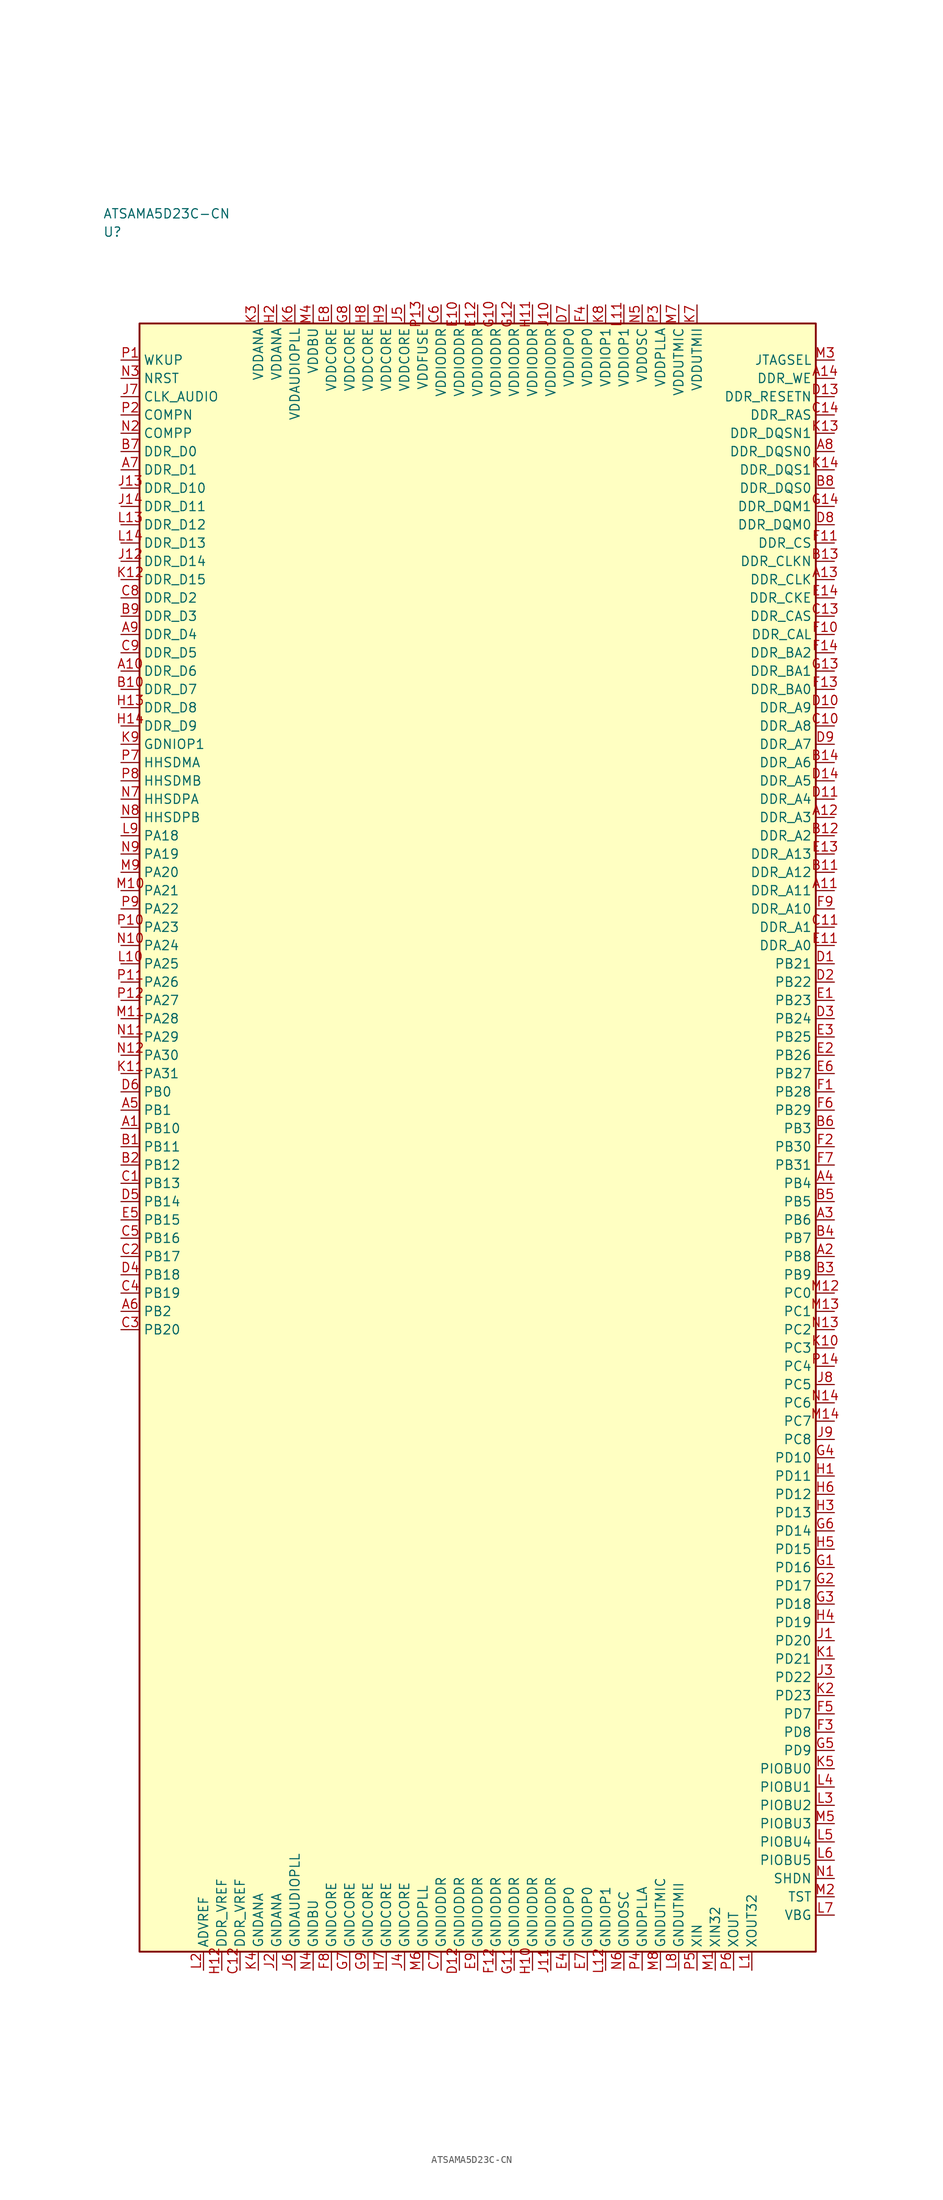
<source format=kicad_sym>
(kicad_symbol_lib
  (version 20241025)
  (generator "kicad_symbol_editor")
  (generator_version "8.0")
  (symbol "ATSAMA5D23C-CN"
    (property "Reference" "U"
      (at -51.25 123.75 0)
      (effects (font (size 1.27 1.27)) (justify left)))
    (property "Value" "ATSAMA5D23C-CN"
      (at -51.25 126.25 0)
      (effects (font (size 1.27 1.27)) (justify left)))
    (symbol "ATSAMA5D23C-CN_0_1"
      (rectangle (start -46.25 111.25) (end 46.25 -111.25) (stroke (width 0.254) (type default)) (fill (type background))))
    (symbol "ATSAMA5D23C-CN_1_1"
      (pin bidirectional line (at -48.79 41.25 0.0) (length 2.54) (name "PA18" (effects (font (size 1.27 1.27)))) (number "L9" (effects (font (size 1.27 1.27)))))
      (pin bidirectional line (at -48.79 38.75 0.0) (length 2.54) (name "PA19" (effects (font (size 1.27 1.27)))) (number "N9" (effects (font (size 1.27 1.27)))))
      (pin bidirectional line (at -48.79 36.25 0.0) (length 2.54) (name "PA20" (effects (font (size 1.27 1.27)))) (number "M9" (effects (font (size 1.27 1.27)))))
      (pin bidirectional line (at -48.79 33.75 0.0) (length 2.54) (name "PA21" (effects (font (size 1.27 1.27)))) (number "M10" (effects (font (size 1.27 1.27)))))
      (pin bidirectional line (at -48.79 31.25 0.0) (length 2.54) (name "PA22" (effects (font (size 1.27 1.27)))) (number "P9" (effects (font (size 1.27 1.27)))))
      (pin bidirectional line (at -48.79 28.75 0.0) (length 2.54) (name "PA23" (effects (font (size 1.27 1.27)))) (number "P10" (effects (font (size 1.27 1.27)))))
      (pin bidirectional line (at -48.79 26.25 0.0) (length 2.54) (name "PA24" (effects (font (size 1.27 1.27)))) (number "N10" (effects (font (size 1.27 1.27)))))
      (pin bidirectional line (at -48.79 23.75 0.0) (length 2.54) (name "PA25" (effects (font (size 1.27 1.27)))) (number "L10" (effects (font (size 1.27 1.27)))))
      (pin bidirectional line (at -48.79 21.25 0.0) (length 2.54) (name "PA26" (effects (font (size 1.27 1.27)))) (number "P11" (effects (font (size 1.27 1.27)))))
      (pin bidirectional line (at -48.79 18.75 0.0) (length 2.54) (name "PA27" (effects (font (size 1.27 1.27)))) (number "P12" (effects (font (size 1.27 1.27)))))
      (pin bidirectional line (at -48.79 16.25 0.0) (length 2.54) (name "PA28" (effects (font (size 1.27 1.27)))) (number "M11" (effects (font (size 1.27 1.27)))))
      (pin bidirectional line (at -48.79 13.75 0.0) (length 2.54) (name "PA29" (effects (font (size 1.27 1.27)))) (number "N11" (effects (font (size 1.27 1.27)))))
      (pin bidirectional line (at -48.79 11.25 0.0) (length 2.54) (name "PA30" (effects (font (size 1.27 1.27)))) (number "N12" (effects (font (size 1.27 1.27)))))
      (pin bidirectional line (at 48.79 -21.25 180.0) (length 2.54) (name "PC0" (effects (font (size 1.27 1.27)))) (number "M12" (effects (font (size 1.27 1.27)))))
      (pin bidirectional line (at -48.79 -23.75 0.0) (length 2.54) (name "PB2" (effects (font (size 1.27 1.27)))) (number "A6" (effects (font (size 1.27 1.27)))))
      (pin bidirectional line (at -48.79 3.75 0.0) (length 2.54) (name "PB1" (effects (font (size 1.27 1.27)))) (number "A5" (effects (font (size 1.27 1.27)))))
      (pin bidirectional line (at 48.79 1.25 180.0) (length 2.54) (name "PB3" (effects (font (size 1.27 1.27)))) (number "B6" (effects (font (size 1.27 1.27)))))
      (pin bidirectional line (at 48.79 -8.75 180.0) (length 2.54) (name "PB5" (effects (font (size 1.27 1.27)))) (number "B5" (effects (font (size 1.27 1.27)))))
      (pin bidirectional line (at 48.79 -6.25 180.0) (length 2.54) (name "PB4" (effects (font (size 1.27 1.27)))) (number "A4" (effects (font (size 1.27 1.27)))))
      (pin bidirectional line (at -48.79 6.25 0.0) (length 2.54) (name "PB0" (effects (font (size 1.27 1.27)))) (number "D6" (effects (font (size 1.27 1.27)))))
      (pin bidirectional line (at 48.79 -11.25 180.0) (length 2.54) (name "PB6" (effects (font (size 1.27 1.27)))) (number "A3" (effects (font (size 1.27 1.27)))))
      (pin bidirectional line (at 48.79 -13.75 180.0) (length 2.54) (name "PB7" (effects (font (size 1.27 1.27)))) (number "B4" (effects (font (size 1.27 1.27)))))
      (pin bidirectional line (at 48.79 -16.25 180.0) (length 2.54) (name "PB8" (effects (font (size 1.27 1.27)))) (number "A2" (effects (font (size 1.27 1.27)))))
      (pin bidirectional line (at 48.79 -18.75 180.0) (length 2.54) (name "PB9" (effects (font (size 1.27 1.27)))) (number "B3" (effects (font (size 1.27 1.27)))))
      (pin bidirectional line (at -48.79 1.25 0.0) (length 2.54) (name "PB10" (effects (font (size 1.27 1.27)))) (number "A1" (effects (font (size 1.27 1.27)))))
      (pin bidirectional line (at -48.79 -1.25 0.0) (length 2.54) (name "PB11" (effects (font (size 1.27 1.27)))) (number "B1" (effects (font (size 1.27 1.27)))))
      (pin bidirectional line (at -48.79 -3.75 0.0) (length 2.54) (name "PB12" (effects (font (size 1.27 1.27)))) (number "B2" (effects (font (size 1.27 1.27)))))
      (pin bidirectional line (at -48.79 -6.25 0.0) (length 2.54) (name "PB13" (effects (font (size 1.27 1.27)))) (number "C1" (effects (font (size 1.27 1.27)))))
      (pin bidirectional line (at -48.79 -8.75 0.0) (length 2.54) (name "PB14" (effects (font (size 1.27 1.27)))) (number "D5" (effects (font (size 1.27 1.27)))))
      (pin bidirectional line (at -48.79 -11.25 0.0) (length 2.54) (name "PB15" (effects (font (size 1.27 1.27)))) (number "E5" (effects (font (size 1.27 1.27)))))
      (pin bidirectional line (at -48.79 -13.75 0.0) (length 2.54) (name "PB16" (effects (font (size 1.27 1.27)))) (number "C5" (effects (font (size 1.27 1.27)))))
      (pin bidirectional line (at -48.79 -16.25 0.0) (length 2.54) (name "PB17" (effects (font (size 1.27 1.27)))) (number "C2" (effects (font (size 1.27 1.27)))))
      (pin bidirectional line (at -48.79 -18.75 0.0) (length 2.54) (name "PB18" (effects (font (size 1.27 1.27)))) (number "D4" (effects (font (size 1.27 1.27)))))
      (pin bidirectional line (at -48.79 -21.25 0.0) (length 2.54) (name "PB19" (effects (font (size 1.27 1.27)))) (number "C4" (effects (font (size 1.27 1.27)))))
      (pin bidirectional line (at -48.79 -26.25 0.0) (length 2.54) (name "PB20" (effects (font (size 1.27 1.27)))) (number "C3" (effects (font (size 1.27 1.27)))))
      (pin bidirectional line (at 48.79 23.75 180.0) (length 2.54) (name "PB21" (effects (font (size 1.27 1.27)))) (number "D1" (effects (font (size 1.27 1.27)))))
      (pin bidirectional line (at 48.79 21.25 180.0) (length 2.54) (name "PB22" (effects (font (size 1.27 1.27)))) (number "D2" (effects (font (size 1.27 1.27)))))
      (pin bidirectional line (at 48.79 18.75 180.0) (length 2.54) (name "PB23" (effects (font (size 1.27 1.27)))) (number "E1" (effects (font (size 1.27 1.27)))))
      (pin bidirectional line (at 48.79 16.25 180.0) (length 2.54) (name "PB24" (effects (font (size 1.27 1.27)))) (number "D3" (effects (font (size 1.27 1.27)))))
      (pin bidirectional line (at 48.79 13.75 180.0) (length 2.54) (name "PB25" (effects (font (size 1.27 1.27)))) (number "E3" (effects (font (size 1.27 1.27)))))
      (pin bidirectional line (at 48.79 11.25 180.0) (length 2.54) (name "PB26" (effects (font (size 1.27 1.27)))) (number "E2" (effects (font (size 1.27 1.27)))))
      (pin bidirectional line (at 48.79 8.75 180.0) (length 2.54) (name "PB27" (effects (font (size 1.27 1.27)))) (number "E6" (effects (font (size 1.27 1.27)))))
      (pin bidirectional line (at 48.79 6.25 180.0) (length 2.54) (name "PB28" (effects (font (size 1.27 1.27)))) (number "F1" (effects (font (size 1.27 1.27)))))
      (pin bidirectional line (at 48.79 3.75 180.0) (length 2.54) (name "PB29" (effects (font (size 1.27 1.27)))) (number "F6" (effects (font (size 1.27 1.27)))))
      (pin bidirectional line (at 48.79 -1.25 180.0) (length 2.54) (name "PB30" (effects (font (size 1.27 1.27)))) (number "F2" (effects (font (size 1.27 1.27)))))
      (pin bidirectional line (at 48.79 -3.75 180.0) (length 2.54) (name "PB31" (effects (font (size 1.27 1.27)))) (number "F7" (effects (font (size 1.27 1.27)))))
      (pin bidirectional line (at 48.79 -23.75 180.0) (length 2.54) (name "PC1" (effects (font (size 1.27 1.27)))) (number "M13" (effects (font (size 1.27 1.27)))))
      (pin power_in line (at -7.5 113.79 270.0) (length 2.54) (name "VDDFUSE" (effects (font (size 1.27 1.27)))) (number "P13" (effects (font (size 1.27 1.27)))))
      (pin bidirectional line (at 48.79 -26.25 180.0) (length 2.54) (name "PC2" (effects (font (size 1.27 1.27)))) (number "N13" (effects (font (size 1.27 1.27)))))
      (pin bidirectional line (at 48.79 -28.75 180.0) (length 2.54) (name "PC3" (effects (font (size 1.27 1.27)))) (number "K10" (effects (font (size 1.27 1.27)))))
      (pin bidirectional line (at 48.79 -31.25 180.0) (length 2.54) (name "PC4" (effects (font (size 1.27 1.27)))) (number "P14" (effects (font (size 1.27 1.27)))))
      (pin bidirectional line (at 48.79 -33.75 180.0) (length 2.54) (name "PC5" (effects (font (size 1.27 1.27)))) (number "J8" (effects (font (size 1.27 1.27)))))
      (pin bidirectional line (at 48.79 -36.25 180.0) (length 2.54) (name "PC6" (effects (font (size 1.27 1.27)))) (number "N14" (effects (font (size 1.27 1.27)))))
      (pin bidirectional line (at 48.79 -38.75 180.0) (length 2.54) (name "PC7" (effects (font (size 1.27 1.27)))) (number "M14" (effects (font (size 1.27 1.27)))))
      (pin bidirectional line (at 48.79 -41.25 180.0) (length 2.54) (name "PC8" (effects (font (size 1.27 1.27)))) (number "J9" (effects (font (size 1.27 1.27)))))
      (pin bidirectional line (at 48.79 -78.75 180.0) (length 2.54) (name "PD7" (effects (font (size 1.27 1.27)))) (number "F5" (effects (font (size 1.27 1.27)))))
      (pin bidirectional line (at 48.79 -81.25 180.0) (length 2.54) (name "PD8" (effects (font (size 1.27 1.27)))) (number "F3" (effects (font (size 1.27 1.27)))))
      (pin bidirectional line (at 48.79 -83.75 180.0) (length 2.54) (name "PD9" (effects (font (size 1.27 1.27)))) (number "G5" (effects (font (size 1.27 1.27)))))
      (pin bidirectional line (at 48.79 -43.75 180.0) (length 2.54) (name "PD10" (effects (font (size 1.27 1.27)))) (number "G4" (effects (font (size 1.27 1.27)))))
      (pin bidirectional line (at 48.79 -46.25 180.0) (length 2.54) (name "PD11" (effects (font (size 1.27 1.27)))) (number "H1" (effects (font (size 1.27 1.27)))))
      (pin bidirectional line (at 48.79 -48.75 180.0) (length 2.54) (name "PD12" (effects (font (size 1.27 1.27)))) (number "H6" (effects (font (size 1.27 1.27)))))
      (pin bidirectional line (at 48.79 -51.25 180.0) (length 2.54) (name "PD13" (effects (font (size 1.27 1.27)))) (number "H3" (effects (font (size 1.27 1.27)))))
      (pin bidirectional line (at 48.79 -53.75 180.0) (length 2.54) (name "PD14" (effects (font (size 1.27 1.27)))) (number "G6" (effects (font (size 1.27 1.27)))))
      (pin bidirectional line (at 48.79 -56.25 180.0) (length 2.54) (name "PD15" (effects (font (size 1.27 1.27)))) (number "H5" (effects (font (size 1.27 1.27)))))
      (pin bidirectional line (at 48.79 -58.75 180.0) (length 2.54) (name "PD16" (effects (font (size 1.27 1.27)))) (number "G1" (effects (font (size 1.27 1.27)))))
      (pin bidirectional line (at 48.79 -61.25 180.0) (length 2.54) (name "PD17" (effects (font (size 1.27 1.27)))) (number "G2" (effects (font (size 1.27 1.27)))))
      (pin bidirectional line (at 48.79 -63.75 180.0) (length 2.54) (name "PD18" (effects (font (size 1.27 1.27)))) (number "G3" (effects (font (size 1.27 1.27)))))
      (pin bidirectional line (at 48.79 -66.25 180.0) (length 2.54) (name "PD19" (effects (font (size 1.27 1.27)))) (number "H4" (effects (font (size 1.27 1.27)))))
      (pin bidirectional line (at 48.79 -68.75 180.0) (length 2.54) (name "PD20" (effects (font (size 1.27 1.27)))) (number "J1" (effects (font (size 1.27 1.27)))))
      (pin bidirectional line (at 48.79 -71.25 180.0) (length 2.54) (name "PD21" (effects (font (size 1.27 1.27)))) (number "K1" (effects (font (size 1.27 1.27)))))
      (pin bidirectional line (at 48.79 -73.75 180.0) (length 2.54) (name "PD22" (effects (font (size 1.27 1.27)))) (number "J3" (effects (font (size 1.27 1.27)))))
      (pin bidirectional line (at 48.79 -76.25 180.0) (length 2.54) (name "PD23" (effects (font (size 1.27 1.27)))) (number "K2" (effects (font (size 1.27 1.27)))))
      (pin power_in line (at -30.0 113.79 270.0) (length 2.54) (name "VDDANA" (effects (font (size 1.27 1.27)))) (number "K3" (effects (font (size 1.27 1.27)))))
      (pin passive line (at -30.0 -113.79 90.0) (length 2.54) (name "GNDANA" (effects (font (size 1.27 1.27)))) (number "K4" (effects (font (size 1.27 1.27)))))
      (pin passive line (at -37.5 -113.79 90.0) (length 2.54) (name "ADVREF" (effects (font (size 1.27 1.27)))) (number "L2" (effects (font (size 1.27 1.27)))))
      (pin power_in line (at -27.5 113.79 270.0) (length 2.54) (name "VDDANA" (effects (font (size 1.27 1.27)))) (number "H2" (effects (font (size 1.27 1.27)))))
      (pin passive line (at -27.5 -113.79 90.0) (length 2.54) (name "GNDANA" (effects (font (size 1.27 1.27)))) (number "J2" (effects (font (size 1.27 1.27)))))
      (pin passive line (at -35.0 -113.79 90.0) (length 2.54) (name "DDR_VREF" (effects (font (size 1.27 1.27)))) (number "H12" (effects (font (size 1.27 1.27)))))
      (pin passive line (at -32.5 -113.79 90.0) (length 2.54) (name "DDR_VREF" (effects (font (size 1.27 1.27)))) (number "C12" (effects (font (size 1.27 1.27)))))
      (pin bidirectional line (at -48.79 93.75 0.0) (length 2.54) (name "DDR_D0" (effects (font (size 1.27 1.27)))) (number "B7" (effects (font (size 1.27 1.27)))))
      (pin bidirectional line (at -48.79 91.25 0.0) (length 2.54) (name "DDR_D1" (effects (font (size 1.27 1.27)))) (number "A7" (effects (font (size 1.27 1.27)))))
      (pin bidirectional line (at -48.79 73.75 0.0) (length 2.54) (name "DDR_D2" (effects (font (size 1.27 1.27)))) (number "C8" (effects (font (size 1.27 1.27)))))
      (pin bidirectional line (at -48.79 71.25 0.0) (length 2.54) (name "DDR_D3" (effects (font (size 1.27 1.27)))) (number "B9" (effects (font (size 1.27 1.27)))))
      (pin bidirectional line (at -48.79 68.75 0.0) (length 2.54) (name "DDR_D4" (effects (font (size 1.27 1.27)))) (number "A9" (effects (font (size 1.27 1.27)))))
      (pin bidirectional line (at -48.79 66.25 0.0) (length 2.54) (name "DDR_D5" (effects (font (size 1.27 1.27)))) (number "C9" (effects (font (size 1.27 1.27)))))
      (pin bidirectional line (at -48.79 63.75 0.0) (length 2.54) (name "DDR_D6" (effects (font (size 1.27 1.27)))) (number "A10" (effects (font (size 1.27 1.27)))))
      (pin bidirectional line (at -48.79 61.25 0.0) (length 2.54) (name "DDR_D7" (effects (font (size 1.27 1.27)))) (number "B10" (effects (font (size 1.27 1.27)))))
      (pin bidirectional line (at -48.79 58.75 0.0) (length 2.54) (name "DDR_D8" (effects (font (size 1.27 1.27)))) (number "H13" (effects (font (size 1.27 1.27)))))
      (pin bidirectional line (at -48.79 56.25 0.0) (length 2.54) (name "DDR_D9" (effects (font (size 1.27 1.27)))) (number "H14" (effects (font (size 1.27 1.27)))))
      (pin bidirectional line (at -48.79 88.75 0.0) (length 2.54) (name "DDR_D10" (effects (font (size 1.27 1.27)))) (number "J13" (effects (font (size 1.27 1.27)))))
      (pin bidirectional line (at -48.79 86.25 0.0) (length 2.54) (name "DDR_D11" (effects (font (size 1.27 1.27)))) (number "J14" (effects (font (size 1.27 1.27)))))
      (pin bidirectional line (at -48.79 83.75 0.0) (length 2.54) (name "DDR_D12" (effects (font (size 1.27 1.27)))) (number "L13" (effects (font (size 1.27 1.27)))))
      (pin bidirectional line (at -48.79 81.25 0.0) (length 2.54) (name "DDR_D13" (effects (font (size 1.27 1.27)))) (number "L14" (effects (font (size 1.27 1.27)))))
      (pin bidirectional line (at -48.79 78.75 0.0) (length 2.54) (name "DDR_D14" (effects (font (size 1.27 1.27)))) (number "J12" (effects (font (size 1.27 1.27)))))
      (pin bidirectional line (at -48.79 76.25 0.0) (length 2.54) (name "DDR_D15" (effects (font (size 1.27 1.27)))) (number "K12" (effects (font (size 1.27 1.27)))))
      (pin output line (at 48.79 26.25 180.0) (length 2.54) (name "DDR_A0" (effects (font (size 1.27 1.27)))) (number "E11" (effects (font (size 1.27 1.27)))))
      (pin output line (at 48.79 28.75 180.0) (length 2.54) (name "DDR_A1" (effects (font (size 1.27 1.27)))) (number "C11" (effects (font (size 1.27 1.27)))))
      (pin output line (at 48.79 41.25 180.0) (length 2.54) (name "DDR_A2" (effects (font (size 1.27 1.27)))) (number "B12" (effects (font (size 1.27 1.27)))))
      (pin output line (at 48.79 43.75 180.0) (length 2.54) (name "DDR_A3" (effects (font (size 1.27 1.27)))) (number "A12" (effects (font (size 1.27 1.27)))))
      (pin output line (at 48.79 46.25 180.0) (length 2.54) (name "DDR_A4" (effects (font (size 1.27 1.27)))) (number "D11" (effects (font (size 1.27 1.27)))))
      (pin output line (at 48.79 48.75 180.0) (length 2.54) (name "DDR_A5" (effects (font (size 1.27 1.27)))) (number "D14" (effects (font (size 1.27 1.27)))))
      (pin output line (at 48.79 51.25 180.0) (length 2.54) (name "DDR_A6" (effects (font (size 1.27 1.27)))) (number "B14" (effects (font (size 1.27 1.27)))))
      (pin output line (at 48.79 53.75 180.0) (length 2.54) (name "DDR_A7" (effects (font (size 1.27 1.27)))) (number "D9" (effects (font (size 1.27 1.27)))))
      (pin output line (at 48.79 56.25 180.0) (length 2.54) (name "DDR_A8" (effects (font (size 1.27 1.27)))) (number "C10" (effects (font (size 1.27 1.27)))))
      (pin output line (at 48.79 58.75 180.0) (length 2.54) (name "DDR_A9" (effects (font (size 1.27 1.27)))) (number "D10" (effects (font (size 1.27 1.27)))))
      (pin output line (at 48.79 31.25 180.0) (length 2.54) (name "DDR_A10" (effects (font (size 1.27 1.27)))) (number "F9" (effects (font (size 1.27 1.27)))))
      (pin output line (at 48.79 33.75 180.0) (length 2.54) (name "DDR_A11" (effects (font (size 1.27 1.27)))) (number "A11" (effects (font (size 1.27 1.27)))))
      (pin output line (at 48.79 36.25 180.0) (length 2.54) (name "DDR_A12" (effects (font (size 1.27 1.27)))) (number "B11" (effects (font (size 1.27 1.27)))))
      (pin output line (at 48.79 38.75 180.0) (length 2.54) (name "DDR_A13" (effects (font (size 1.27 1.27)))) (number "E13" (effects (font (size 1.27 1.27)))))
      (pin output line (at 48.79 76.25 180.0) (length 2.54) (name "DDR_CLK" (effects (font (size 1.27 1.27)))) (number "A13" (effects (font (size 1.27 1.27)))))
      (pin output line (at 48.79 78.75 180.0) (length 2.54) (name "DDR_CLKN" (effects (font (size 1.27 1.27)))) (number "B13" (effects (font (size 1.27 1.27)))))
      (pin output line (at 48.79 73.75 180.0) (length 2.54) (name "DDR_CKE" (effects (font (size 1.27 1.27)))) (number "E14" (effects (font (size 1.27 1.27)))))
      (pin output line (at 48.79 101.25 180.0) (length 2.54) (name "DDR_RESETN" (effects (font (size 1.27 1.27)))) (number "D13" (effects (font (size 1.27 1.27)))))
      (pin output line (at 48.79 81.25 180.0) (length 2.54) (name "DDR_CS" (effects (font (size 1.27 1.27)))) (number "F11" (effects (font (size 1.27 1.27)))))
      (pin output line (at 48.79 103.75 180.0) (length 2.54) (name "DDR_WE" (effects (font (size 1.27 1.27)))) (number "A14" (effects (font (size 1.27 1.27)))))
      (pin output line (at 48.79 98.75 180.0) (length 2.54) (name "DDR_RAS" (effects (font (size 1.27 1.27)))) (number "C14" (effects (font (size 1.27 1.27)))))
      (pin output line (at 48.79 71.25 180.0) (length 2.54) (name "DDR_CAS" (effects (font (size 1.27 1.27)))) (number "C13" (effects (font (size 1.27 1.27)))))
      (pin output line (at 48.79 83.75 180.0) (length 2.54) (name "DDR_DQM0" (effects (font (size 1.27 1.27)))) (number "D8" (effects (font (size 1.27 1.27)))))
      (pin output line (at 48.79 86.25 180.0) (length 2.54) (name "DDR_DQM1" (effects (font (size 1.27 1.27)))) (number "G14" (effects (font (size 1.27 1.27)))))
      (pin output line (at 48.79 88.75 180.0) (length 2.54) (name "DDR_DQS0" (effects (font (size 1.27 1.27)))) (number "B8" (effects (font (size 1.27 1.27)))))
      (pin output line (at 48.79 91.25 180.0) (length 2.54) (name "DDR_DQS1" (effects (font (size 1.27 1.27)))) (number "K14" (effects (font (size 1.27 1.27)))))
      (pin output line (at 48.79 93.75 180.0) (length 2.54) (name "DDR_DQSN0" (effects (font (size 1.27 1.27)))) (number "A8" (effects (font (size 1.27 1.27)))))
      (pin output line (at 48.79 96.25 180.0) (length 2.54) (name "DDR_DQSN1" (effects (font (size 1.27 1.27)))) (number "K13" (effects (font (size 1.27 1.27)))))
      (pin output line (at 48.79 61.25 180.0) (length 2.54) (name "DDR_BA0" (effects (font (size 1.27 1.27)))) (number "F13" (effects (font (size 1.27 1.27)))))
      (pin output line (at 48.79 63.75 180.0) (length 2.54) (name "DDR_BA1" (effects (font (size 1.27 1.27)))) (number "G13" (effects (font (size 1.27 1.27)))))
      (pin output line (at 48.79 66.25 180.0) (length 2.54) (name "DDR_BA2" (effects (font (size 1.27 1.27)))) (number "F14" (effects (font (size 1.27 1.27)))))
      (pin output line (at 48.79 68.75 180.0) (length 2.54) (name "DDR_CAL" (effects (font (size 1.27 1.27)))) (number "F10" (effects (font (size 1.27 1.27)))))
      (pin power_in line (at -5.0 113.79 270.0) (length 2.54) (name "VDDIODDR" (effects (font (size 1.27 1.27)))) (number "C6" (effects (font (size 1.27 1.27)))))
      (pin power_in line (at -2.5 113.79 270.0) (length 2.54) (name "VDDIODDR" (effects (font (size 1.27 1.27)))) (number "E10" (effects (font (size 1.27 1.27)))))
      (pin power_in line (at 0.0 113.79 270.0) (length 2.54) (name "VDDIODDR" (effects (font (size 1.27 1.27)))) (number "E12" (effects (font (size 1.27 1.27)))))
      (pin power_in line (at 2.5 113.79 270.0) (length 2.54) (name "VDDIODDR" (effects (font (size 1.27 1.27)))) (number "G10" (effects (font (size 1.27 1.27)))))
      (pin power_in line (at 5.0 113.79 270.0) (length 2.54) (name "VDDIODDR" (effects (font (size 1.27 1.27)))) (number "G12" (effects (font (size 1.27 1.27)))))
      (pin power_in line (at 7.5 113.79 270.0) (length 2.54) (name "VDDIODDR" (effects (font (size 1.27 1.27)))) (number "H11" (effects (font (size 1.27 1.27)))))
      (pin power_in line (at 10.0 113.79 270.0) (length 2.54) (name "VDDIODDR" (effects (font (size 1.27 1.27)))) (number "J10" (effects (font (size 1.27 1.27)))))
      (pin passive line (at -5.0 -113.79 90.0) (length 2.54) (name "GNDIODDR" (effects (font (size 1.27 1.27)))) (number "C7" (effects (font (size 1.27 1.27)))))
      (pin passive line (at -2.5 -113.79 90.0) (length 2.54) (name "GNDIODDR" (effects (font (size 1.27 1.27)))) (number "D12" (effects (font (size 1.27 1.27)))))
      (pin passive line (at 0.0 -113.79 90.0) (length 2.54) (name "GNDIODDR" (effects (font (size 1.27 1.27)))) (number "E9" (effects (font (size 1.27 1.27)))))
      (pin passive line (at 2.5 -113.79 90.0) (length 2.54) (name "GNDIODDR" (effects (font (size 1.27 1.27)))) (number "F12" (effects (font (size 1.27 1.27)))))
      (pin passive line (at 5.0 -113.79 90.0) (length 2.54) (name "GNDIODDR" (effects (font (size 1.27 1.27)))) (number "G11" (effects (font (size 1.27 1.27)))))
      (pin passive line (at 7.5 -113.79 90.0) (length 2.54) (name "GNDIODDR" (effects (font (size 1.27 1.27)))) (number "H10" (effects (font (size 1.27 1.27)))))
      (pin passive line (at 10.0 -113.79 90.0) (length 2.54) (name "GNDIODDR" (effects (font (size 1.27 1.27)))) (number "J11" (effects (font (size 1.27 1.27)))))
      (pin power_in line (at -20.0 113.79 270.0) (length 2.54) (name "VDDCORE" (effects (font (size 1.27 1.27)))) (number "E8" (effects (font (size 1.27 1.27)))))
      (pin power_in line (at -17.5 113.79 270.0) (length 2.54) (name "VDDCORE" (effects (font (size 1.27 1.27)))) (number "G8" (effects (font (size 1.27 1.27)))))
      (pin power_in line (at -15.0 113.79 270.0) (length 2.54) (name "VDDCORE" (effects (font (size 1.27 1.27)))) (number "H8" (effects (font (size 1.27 1.27)))))
      (pin power_in line (at -12.5 113.79 270.0) (length 2.54) (name "VDDCORE" (effects (font (size 1.27 1.27)))) (number "H9" (effects (font (size 1.27 1.27)))))
      (pin power_in line (at -10.0 113.79 270.0) (length 2.54) (name "VDDCORE" (effects (font (size 1.27 1.27)))) (number "J5" (effects (font (size 1.27 1.27)))))
      (pin passive line (at -20.0 -113.79 90.0) (length 2.54) (name "GNDCORE" (effects (font (size 1.27 1.27)))) (number "F8" (effects (font (size 1.27 1.27)))))
      (pin passive line (at -17.5 -113.79 90.0) (length 2.54) (name "GNDCORE" (effects (font (size 1.27 1.27)))) (number "G7" (effects (font (size 1.27 1.27)))))
      (pin passive line (at -15.0 -113.79 90.0) (length 2.54) (name "GNDCORE" (effects (font (size 1.27 1.27)))) (number "G9" (effects (font (size 1.27 1.27)))))
      (pin passive line (at -12.5 -113.79 90.0) (length 2.54) (name "GNDCORE" (effects (font (size 1.27 1.27)))) (number "H7" (effects (font (size 1.27 1.27)))))
      (pin passive line (at -10.0 -113.79 90.0) (length 2.54) (name "GNDCORE" (effects (font (size 1.27 1.27)))) (number "J4" (effects (font (size 1.27 1.27)))))
      (pin power_in line (at 12.5 113.79 270.0) (length 2.54) (name "VDDIOP0" (effects (font (size 1.27 1.27)))) (number "D7" (effects (font (size 1.27 1.27)))))
      (pin power_in line (at 15.0 113.79 270.0) (length 2.54) (name "VDDIOP0" (effects (font (size 1.27 1.27)))) (number "F4" (effects (font (size 1.27 1.27)))))
      (pin passive line (at 12.5 -113.79 90.0) (length 2.54) (name "GNDIOP0" (effects (font (size 1.27 1.27)))) (number "E4" (effects (font (size 1.27 1.27)))))
      (pin passive line (at 15.0 -113.79 90.0) (length 2.54) (name "GNDIOP0" (effects (font (size 1.27 1.27)))) (number "E7" (effects (font (size 1.27 1.27)))))
      (pin power_in line (at 17.5 113.79 270.0) (length 2.54) (name "VDDIOP1" (effects (font (size 1.27 1.27)))) (number "K8" (effects (font (size 1.27 1.27)))))
      (pin power_in line (at 20.0 113.79 270.0) (length 2.54) (name "VDDIOP1" (effects (font (size 1.27 1.27)))) (number "L11" (effects (font (size 1.27 1.27)))))
      (pin bidirectional line (at -48.79 53.75 0.0) (length 2.54) (name "GDNIOP1" (effects (font (size 1.27 1.27)))) (number "K9" (effects (font (size 1.27 1.27)))))
      (pin passive line (at 17.5 -113.79 90.0) (length 2.54) (name "GNDIOP1" (effects (font (size 1.27 1.27)))) (number "L12" (effects (font (size 1.27 1.27)))))
      (pin bidirectional line (at -48.79 8.75 0.0) (length 2.54) (name "PA31" (effects (font (size 1.27 1.27)))) (number "K11" (effects (font (size 1.27 1.27)))))
      (pin power_in line (at 25.0 113.79 270.0) (length 2.54) (name "VDDPLLA" (effects (font (size 1.27 1.27)))) (number "P3" (effects (font (size 1.27 1.27)))))
      (pin passive line (at 22.5 -113.79 90.0) (length 2.54) (name "GNDPLLA" (effects (font (size 1.27 1.27)))) (number "P4" (effects (font (size 1.27 1.27)))))
      (pin power_in line (at -25.0 113.79 270.0) (length 2.54) (name "VDDAUDIOPLL" (effects (font (size 1.27 1.27)))) (number "K6" (effects (font (size 1.27 1.27)))))
      (pin bidirectional line (at 48.79 -98.75 180.0) (length 2.54) (name "PIOBU5" (effects (font (size 1.27 1.27)))) (number "L6" (effects (font (size 1.27 1.27)))))
      (pin passive line (at -25.0 -113.79 90.0) (length 2.54) (name "GNDAUDIOPLL" (effects (font (size 1.27 1.27)))) (number "J6" (effects (font (size 1.27 1.27)))))
      (pin bidirectional line (at -48.79 101.25 0.0) (length 2.54) (name "CLK_AUDIO" (effects (font (size 1.27 1.27)))) (number "J7" (effects (font (size 1.27 1.27)))))
      (pin passive line (at 30.0 -113.79 90.0) (length 2.54) (name "XIN" (effects (font (size 1.27 1.27)))) (number "P5" (effects (font (size 1.27 1.27)))))
      (pin passive line (at 35.0 -113.79 90.0) (length 2.54) (name "XOUT" (effects (font (size 1.27 1.27)))) (number "P6" (effects (font (size 1.27 1.27)))))
      (pin power_in line (at 22.5 113.79 270.0) (length 2.54) (name "VDDOSC" (effects (font (size 1.27 1.27)))) (number "N5" (effects (font (size 1.27 1.27)))))
      (pin passive line (at 20.0 -113.79 90.0) (length 2.54) (name "GNDOSC" (effects (font (size 1.27 1.27)))) (number "N6" (effects (font (size 1.27 1.27)))))
      (pin power_in line (at 30.0 113.79 270.0) (length 2.54) (name "VDDUTMII" (effects (font (size 1.27 1.27)))) (number "K7" (effects (font (size 1.27 1.27)))))
      (pin passive line (at 27.5 -113.79 90.0) (length 2.54) (name "GNDUTMII" (effects (font (size 1.27 1.27)))) (number "L8" (effects (font (size 1.27 1.27)))))
      (pin bidirectional line (at -48.79 46.25 0.0) (length 2.54) (name "HHSDPA" (effects (font (size 1.27 1.27)))) (number "N7" (effects (font (size 1.27 1.27)))))
      (pin bidirectional line (at -48.79 51.25 0.0) (length 2.54) (name "HHSDMA" (effects (font (size 1.27 1.27)))) (number "P7" (effects (font (size 1.27 1.27)))))
      (pin bidirectional line (at -48.79 43.75 0.0) (length 2.54) (name "HHSDPB" (effects (font (size 1.27 1.27)))) (number "N8" (effects (font (size 1.27 1.27)))))
      (pin bidirectional line (at -48.79 48.75 0.0) (length 2.54) (name "HHSDMB" (effects (font (size 1.27 1.27)))) (number "P8" (effects (font (size 1.27 1.27)))))
      (pin power_in line (at 27.5 113.79 270.0) (length 2.54) (name "VDDUTMIC" (effects (font (size 1.27 1.27)))) (number "M7" (effects (font (size 1.27 1.27)))))
      (pin passive line (at 25.0 -113.79 90.0) (length 2.54) (name "GNDUTMIC" (effects (font (size 1.27 1.27)))) (number "M8" (effects (font (size 1.27 1.27)))))
      (pin bidirectional line (at 48.79 -106.25 180.0) (length 2.54) (name "VBG" (effects (font (size 1.27 1.27)))) (number "L7" (effects (font (size 1.27 1.27)))))
      (pin bidirectional line (at 48.79 -103.75 180.0) (length 2.54) (name "TST" (effects (font (size 1.27 1.27)))) (number "M2" (effects (font (size 1.27 1.27)))))
      (pin input line (at -48.79 103.75 0.0) (length 2.54) (name "NRST" (effects (font (size 1.27 1.27)))) (number "N3" (effects (font (size 1.27 1.27)))))
      (pin bidirectional line (at 48.79 -88.75 180.0) (length 2.54) (name "PIOBU1" (effects (font (size 1.27 1.27)))) (number "L4" (effects (font (size 1.27 1.27)))))
      (pin input line (at -48.79 106.25 0.0) (length 2.54) (name "WKUP" (effects (font (size 1.27 1.27)))) (number "P1" (effects (font (size 1.27 1.27)))))
      (pin bidirectional line (at 48.79 -101.25 180.0) (length 2.54) (name "SHDN" (effects (font (size 1.27 1.27)))) (number "N1" (effects (font (size 1.27 1.27)))))
      (pin bidirectional line (at 48.79 -86.25 180.0) (length 2.54) (name "PIOBU0" (effects (font (size 1.27 1.27)))) (number "K5" (effects (font (size 1.27 1.27)))))
      (pin bidirectional line (at 48.79 -91.25 180.0) (length 2.54) (name "PIOBU2" (effects (font (size 1.27 1.27)))) (number "L3" (effects (font (size 1.27 1.27)))))
      (pin output line (at 48.79 106.25 180.0) (length 2.54) (name "JTAGSEL" (effects (font (size 1.27 1.27)))) (number "M3" (effects (font (size 1.27 1.27)))))
      (pin passive line (at -22.5 -113.79 90.0) (length 2.54) (name "GNDBU" (effects (font (size 1.27 1.27)))) (number "N4" (effects (font (size 1.27 1.27)))))
      (pin bidirectional line (at 48.79 -96.25 180.0) (length 2.54) (name "PIOBU4" (effects (font (size 1.27 1.27)))) (number "L5" (effects (font (size 1.27 1.27)))))
      (pin passive line (at -7.5 -113.79 90.0) (length 2.54) (name "GNDDPLL" (effects (font (size 1.27 1.27)))) (number "M6" (effects (font (size 1.27 1.27)))))
      (pin power_in line (at -22.5 113.79 270.0) (length 2.54) (name "VDDBU" (effects (font (size 1.27 1.27)))) (number "M4" (effects (font (size 1.27 1.27)))))
      (pin bidirectional line (at 48.79 -93.75 180.0) (length 2.54) (name "PIOBU3" (effects (font (size 1.27 1.27)))) (number "M5" (effects (font (size 1.27 1.27)))))
      (pin passive line (at 32.5 -113.79 90.0) (length 2.54) (name "XIN32" (effects (font (size 1.27 1.27)))) (number "M1" (effects (font (size 1.27 1.27)))))
      (pin passive line (at 37.5 -113.79 90.0) (length 2.54) (name "XOUT32" (effects (font (size 1.27 1.27)))) (number "L1" (effects (font (size 1.27 1.27)))))
      (pin bidirectional line (at -48.79 96.25 0.0) (length 2.54) (name "COMPP" (effects (font (size 1.27 1.27)))) (number "N2" (effects (font (size 1.27 1.27)))))
      (pin bidirectional line (at -48.79 98.75 0.0) (length 2.54) (name "COMPN" (effects (font (size 1.27 1.27)))) (number "P2" (effects (font (size 1.27 1.27))))))))
</source>
